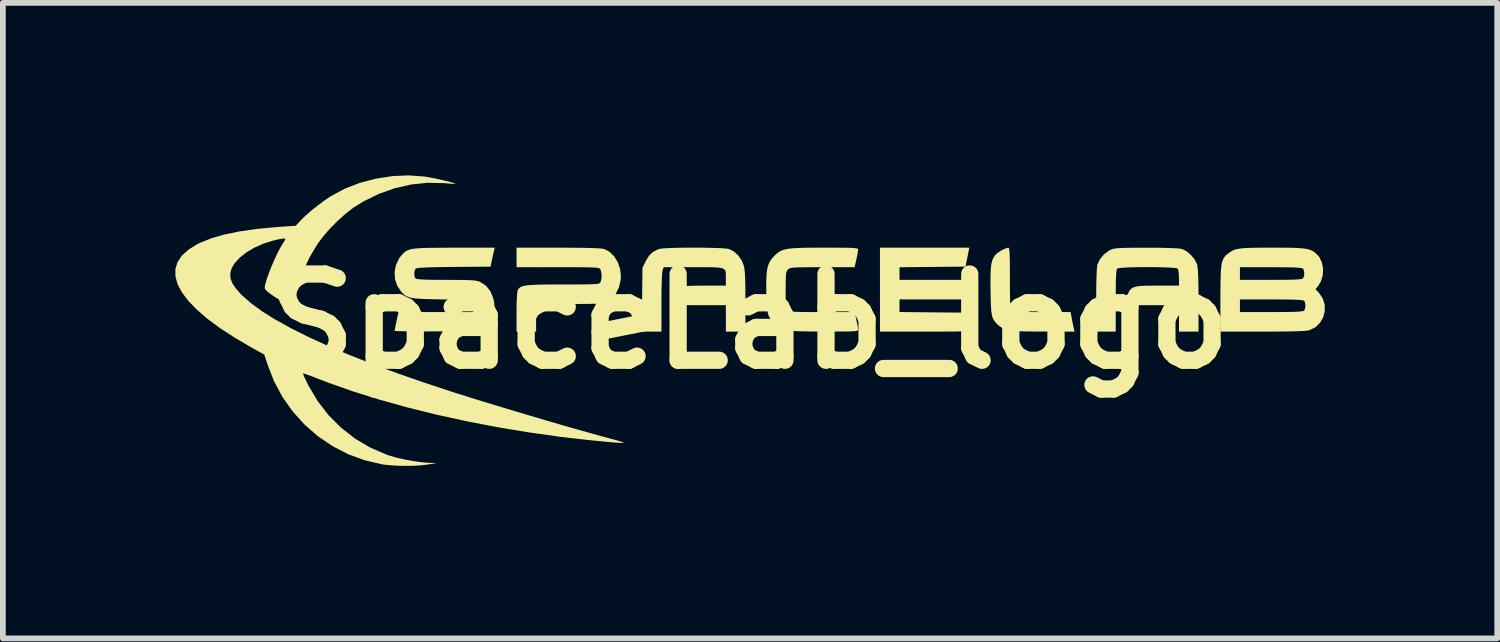
<source format=kicad_pcb>
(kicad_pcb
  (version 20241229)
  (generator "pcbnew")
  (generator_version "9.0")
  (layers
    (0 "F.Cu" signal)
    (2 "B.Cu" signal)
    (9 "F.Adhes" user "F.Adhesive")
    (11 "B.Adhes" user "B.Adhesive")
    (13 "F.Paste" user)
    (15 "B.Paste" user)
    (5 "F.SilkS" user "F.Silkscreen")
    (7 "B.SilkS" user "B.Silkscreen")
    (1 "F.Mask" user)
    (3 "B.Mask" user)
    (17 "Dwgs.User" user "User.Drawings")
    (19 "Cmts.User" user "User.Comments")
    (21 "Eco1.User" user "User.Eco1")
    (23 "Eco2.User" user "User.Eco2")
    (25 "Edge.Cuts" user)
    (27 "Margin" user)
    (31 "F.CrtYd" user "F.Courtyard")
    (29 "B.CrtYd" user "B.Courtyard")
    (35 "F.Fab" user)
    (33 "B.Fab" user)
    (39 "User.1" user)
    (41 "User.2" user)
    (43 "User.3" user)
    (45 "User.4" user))
  (footprint "SpaceLab_logo"
    (layer "F.Cu")
    (at 9.993 2.537)
    (property "Reference" "SpaceLab_logo" (at 0 0 0) (layer "F.SilkS") (effects (font (size 1.5 1.5) (thickness 0.3))))
    (attr board_only exclude_from_pos_files exclude_from_bom)
    (fp_poly (pts (xy 3.781 -1.115) (xy 3.748 -0.95) (xy 3.174 -0.945) (xy 2.6 -0.939) (xy 2.6 -0.83) (xy 2.6 -0.72) (xy 3.17 -0.72) (xy 3.74 -0.72) (xy 3.74 -0.55) (xy 3.74 -0.38) (xy 3.17 -0.38) (xy 2.6 -0.38) (xy 2.6 -0.27) (xy 2.6 -0.161) (xy 3.175 -0.155) (xy 3.75 -0.15) (xy 3.774 -0.02) (xy 3.787 0.053) (xy 3.796 0.113) (xy 3.799 0.145) (xy 3.797 0.154) (xy 3.789 0.161) (xy 3.77 0.167) (xy 3.737 0.171) (xy 3.686 0.175) (xy 3.614 0.177) (xy 3.516 0.179) (xy 3.39 0.179) (xy 3.231 0.18) (xy 3.037 0.18) (xy 3.03 0.18) (xy 2.26 0.18) (xy 2.26 -0.55) (xy 2.26 -1.28) (xy 3.037 -1.28) (xy 3.814 -1.28)) (stroke (width 0) (type solid)) (fill yes) (layer "F.SilkS"))
    (fp_poly (pts (xy 4.503 -1.271) (xy 4.509 -1.242) (xy 4.514 -1.19) (xy 4.517 -1.11) (xy 4.519 -1) (xy 4.52 -0.855) (xy 4.52 -0.76) (xy 4.52 -0.602) (xy 4.521 -0.479) (xy 4.522 -0.386) (xy 4.525 -0.319) (xy 4.529 -0.272) (xy 4.536 -0.24) (xy 4.544 -0.22) (xy 4.555 -0.205) (xy 4.56 -0.2) (xy 4.575 -0.187) (xy 4.593 -0.178) (xy 4.621 -0.171) (xy 4.664 -0.166) (xy 4.726 -0.163) (xy 4.812 -0.161) (xy 4.928 -0.16) (xy 5.079 -0.16) (xy 5.087 -0.16) (xy 5.575 -0.16) (xy 5.599 -0.035) (xy 5.613 0.039) (xy 5.626 0.102) (xy 5.634 0.135) (xy 5.644 0.18) (xy 5.087 0.179) (xy 4.906 0.178) (xy 4.762 0.176) (xy 4.649 0.173) (xy 4.564 0.168) (xy 4.503 0.162) (xy 4.462 0.154) (xy 4.453 0.151) (xy 4.385 0.117) (xy 4.321 0.071) (xy 4.316 0.067) (xy 4.276 0.027) (xy 4.246 -0.01) (xy 4.223 -0.052) (xy 4.208 -0.103) (xy 4.197 -0.171) (xy 4.19 -0.26) (xy 4.186 -0.378) (xy 4.183 -0.522) (xy 4.182 -0.686) (xy 4.183 -0.816) (xy 4.188 -0.917) (xy 4.197 -0.995) (xy 4.212 -1.055) (xy 4.232 -1.103) (xy 4.259 -1.144) (xy 4.263 -1.15) (xy 4.308 -1.191) (xy 4.371 -1.232) (xy 4.437 -1.264) (xy 4.491 -1.279) (xy 4.495 -1.28)) (stroke (width 0) (type solid)) (fill yes) (layer "F.SilkS"))
    (fp_poly (pts (xy -3.11 -1.279) (xy -2.921 -1.277) (xy -2.77 -1.274) (xy -2.657 -1.27) (xy -2.579 -1.264) (xy -2.537 -1.257) (xy -2.444 -1.209) (xy -2.364 -1.131) (xy -2.301 -1.029) (xy -2.26 -0.912) (xy -2.245 -0.787) (xy -2.248 -0.725) (xy -2.278 -0.593) (xy -2.334 -0.478) (xy -2.41 -0.389) (xy -2.488 -0.338) (xy -2.515 -0.327) (xy -2.547 -0.319) (xy -2.588 -0.312) (xy -2.643 -0.307) (xy -2.717 -0.304) (xy -2.815 -0.302) (xy -2.941 -0.301) (xy -3.102 -0.3) (xy -3.145 -0.3) (xy -3.72 -0.3) (xy -3.72 -0.06) (xy -3.72 0.18) (xy -3.89 0.18) (xy -4.06 0.18) (xy -4.06 -0.161) (xy -4.059 -0.294) (xy -4.055 -0.403) (xy -4.049 -0.485) (xy -4.042 -0.534) (xy -4.038 -0.543) (xy -4.022 -0.568) (xy -4 -0.589) (xy -3.968 -0.605) (xy -3.923 -0.618) (xy -3.86 -0.627) (xy -3.775 -0.633) (xy -3.664 -0.637) (xy -3.523 -0.639) (xy -3.348 -0.64) (xy -3.251 -0.64) (xy -3.076 -0.64) (xy -2.936 -0.641) (xy -2.828 -0.642) (xy -2.747 -0.644) (xy -2.689 -0.647) (xy -2.65 -0.651) (xy -2.625 -0.657) (xy -2.611 -0.665) (xy -2.603 -0.675) (xy -2.601 -0.679) (xy -2.587 -0.725) (xy -2.58 -0.785) (xy -2.58 -0.79) (xy -2.586 -0.85) (xy -2.599 -0.899) (xy -2.601 -0.901) (xy -2.608 -0.911) (xy -2.619 -0.92) (xy -2.639 -0.926) (xy -2.672 -0.931) (xy -2.72 -0.935) (xy -2.79 -0.937) (xy -2.883 -0.939) (xy -3.005 -0.94) (xy -3.159 -0.94) (xy -3.341 -0.94) (xy -4.06 -0.94) (xy -4.06 -1.11) (xy -4.06 -1.28) (xy -3.337 -1.28)) (stroke (width 0) (type solid)) (fill yes) (layer "F.SilkS"))
    (fp_poly (pts (xy -0.825 -1.28) (xy -0.692 -1.277) (xy -0.572 -1.274) (xy -0.473 -1.269) (xy -0.402 -1.263) (xy -0.37 -1.258) (xy -0.282 -1.215) (xy -0.202 -1.142) (xy -0.139 -1.048) (xy -0.111 -0.976) (xy -0.101 -0.934) (xy -0.093 -0.88) (xy -0.087 -0.808) (xy -0.084 -0.714) (xy -0.081 -0.593) (xy -0.08 -0.439) (xy -0.08 -0.346) (xy -0.08 0.18) (xy -0.25 0.18) (xy -0.42 0.18) (xy -0.42 -0.05) (xy -0.42 -0.28) (xy -0.902 -0.28) (xy -1.059 -0.28) (xy -1.18 -0.282) (xy -1.268 -0.284) (xy -1.328 -0.288) (xy -1.362 -0.294) (xy -1.375 -0.301) (xy -1.375 -0.305) (xy -1.364 -0.337) (xy -1.344 -0.392) (xy -1.328 -0.438) (xy -1.306 -0.496) (xy -1.282 -0.54) (xy -1.25 -0.572) (xy -1.206 -0.594) (xy -1.143 -0.608) (xy -1.056 -0.616) (xy -0.94 -0.619) (xy -0.795 -0.62) (xy -0.42 -0.62) (xy -0.42 -0.741) (xy -0.42 -0.8) (xy -0.421 -0.845) (xy -0.429 -0.88) (xy -0.448 -0.905) (xy -0.481 -0.922) (xy -0.535 -0.932) (xy -0.611 -0.938) (xy -0.716 -0.94) (xy -0.853 -0.94) (xy -0.981 -0.94) (xy -1.501 -0.94) (xy -1.52 -0.889) (xy -1.526 -0.855) (xy -1.531 -0.787) (xy -1.535 -0.691) (xy -1.538 -0.573) (xy -1.54 -0.438) (xy -1.54 -0.329) (xy -1.54 0.18) (xy -1.712 0.18) (xy -1.883 0.18) (xy -1.877 -0.375) (xy -1.87 -0.93) (xy -1.814 -1.045) (xy -1.756 -1.141) (xy -1.687 -1.206) (xy -1.597 -1.252) (xy -1.582 -1.257) (xy -1.54 -1.264) (xy -1.465 -1.27) (xy -1.363 -1.275) (xy -1.241 -1.278) (xy -1.107 -1.28) (xy -0.966 -1.28)) (stroke (width 0) (type solid)) (fill yes) (layer "F.SilkS"))
    (fp_poly (pts (xy 7.066 -1.279) (xy 7.218 -1.276) (xy 7.344 -1.272) (xy 7.439 -1.267) (xy 7.498 -1.26) (xy 7.51 -1.258) (xy 7.589 -1.22) (xy 7.666 -1.155) (xy 7.732 -1.075) (xy 7.774 -0.992) (xy 7.776 -0.987) (xy 7.784 -0.937) (xy 7.791 -0.852) (xy 7.796 -0.732) (xy 7.799 -0.574) (xy 7.8 -0.377) (xy 7.8 -0.363) (xy 7.8 0.18) (xy 7.63 0.18) (xy 7.46 0.18) (xy 7.46 -0.05) (xy 7.46 -0.28) (xy 6.981 -0.28) (xy 6.503 -0.28) (xy 6.542 -0.395) (xy 6.568 -0.466) (xy 6.593 -0.521) (xy 6.623 -0.56) (xy 6.664 -0.588) (xy 6.721 -0.605) (xy 6.8 -0.615) (xy 6.907 -0.619) (xy 7.046 -0.62) (xy 7.089 -0.62) (xy 7.46 -0.62) (xy 7.46 -0.756) (xy 7.456 -0.834) (xy 7.447 -0.891) (xy 7.436 -0.916) (xy 7.409 -0.924) (xy 7.348 -0.93) (xy 7.261 -0.935) (xy 7.153 -0.939) (xy 7.033 -0.941) (xy 6.906 -0.942) (xy 6.779 -0.941) (xy 6.66 -0.939) (xy 6.553 -0.935) (xy 6.468 -0.93) (xy 6.409 -0.923) (xy 6.384 -0.916) (xy 6.376 -0.895) (xy 6.37 -0.849) (xy 6.365 -0.775) (xy 6.362 -0.669) (xy 6.361 -0.528) (xy 6.36 -0.356) (xy 6.36 0.18) (xy 6.19 0.18) (xy 6.02 0.18) (xy 6.02 -0.365) (xy 6.021 -0.527) (xy 6.023 -0.673) (xy 6.027 -0.798) (xy 6.031 -0.895) (xy 6.037 -0.962) (xy 6.041 -0.986) (xy 6.083 -1.075) (xy 6.153 -1.16) (xy 6.239 -1.226) (xy 6.27 -1.243) (xy 6.298 -1.254) (xy 6.331 -1.262) (xy 6.374 -1.269) (xy 6.432 -1.273) (xy 6.511 -1.276) (xy 6.615 -1.278) (xy 6.75 -1.279) (xy 6.89 -1.279)) (stroke (width 0) (type solid)) (fill yes) (layer "F.SilkS"))
    (fp_poly (pts (xy 1.462 -1.28) (xy 1.595 -1.279) (xy 1.697 -1.278) (xy 1.771 -1.276) (xy 1.822 -1.272) (xy 1.854 -1.267) (xy 1.872 -1.261) (xy 1.879 -1.252) (xy 1.88 -1.245) (xy 1.876 -1.21) (xy 1.866 -1.153) (xy 1.848 -1.066) (xy 1.829 -0.985) (xy 1.819 -0.94) (xy 1.26 -0.94) (xy 1.095 -0.94) (xy 0.966 -0.939) (xy 0.867 -0.938) (xy 0.794 -0.935) (xy 0.743 -0.932) (xy 0.708 -0.926) (xy 0.685 -0.918) (xy 0.669 -0.908) (xy 0.66 -0.9) (xy 0.645 -0.882) (xy 0.634 -0.858) (xy 0.627 -0.821) (xy 0.623 -0.766) (xy 0.621 -0.685) (xy 0.62 -0.572) (xy 0.62 -0.55) (xy 0.62 -0.431) (xy 0.622 -0.345) (xy 0.626 -0.286) (xy 0.632 -0.247) (xy 0.643 -0.222) (xy 0.657 -0.203) (xy 0.66 -0.2) (xy 0.674 -0.188) (xy 0.691 -0.179) (xy 0.717 -0.172) (xy 0.756 -0.167) (xy 0.814 -0.164) (xy 0.894 -0.162) (xy 1.001 -0.16) (xy 1.141 -0.16) (xy 1.26 -0.16) (xy 1.819 -0.16) (xy 1.829 -0.115) (xy 1.854 -0.005) (xy 1.87 0.073) (xy 1.878 0.123) (xy 1.88 0.145) (xy 1.877 0.155) (xy 1.868 0.163) (xy 1.847 0.169) (xy 1.81 0.173) (xy 1.753 0.176) (xy 1.671 0.178) (xy 1.562 0.179) (xy 1.42 0.179) (xy 1.285 0.179) (xy 1.098 0.178) (xy 0.946 0.176) (xy 0.827 0.173) (xy 0.735 0.168) (xy 0.667 0.162) (xy 0.619 0.154) (xy 0.598 0.149) (xy 0.505 0.103) (xy 0.416 0.031) (xy 0.346 -0.056) (xy 0.324 -0.098) (xy 0.31 -0.141) (xy 0.3 -0.205) (xy 0.292 -0.294) (xy 0.286 -0.415) (xy 0.284 -0.503) (xy 0.282 -0.664) (xy 0.286 -0.792) (xy 0.296 -0.892) (xy 0.315 -0.972) (xy 0.343 -1.037) (xy 0.383 -1.094) (xy 0.422 -1.137) (xy 0.462 -1.175) (xy 0.501 -1.205) (xy 0.546 -1.229) (xy 0.599 -1.247) (xy 0.666 -1.261) (xy 0.752 -1.27) (xy 0.86 -1.275) (xy 0.997 -1.279) (xy 1.165 -1.28) (xy 1.294 -1.28)) (stroke (width 0) (type solid)) (fill yes) (layer "F.SilkS"))
    (fp_poly (pts (xy -4.45 -1.235) (xy -4.46 -1.191) (xy -4.475 -1.125) (xy -4.487 -1.07) (xy -4.513 -0.95) (xy -5.15 -0.945) (xy -5.358 -0.942) (xy -5.526 -0.939) (xy -5.656 -0.934) (xy -5.746 -0.929) (xy -5.799 -0.922) (xy -5.813 -0.917) (xy -5.833 -0.879) (xy -5.839 -0.824) (xy -5.831 -0.77) (xy -5.816 -0.744) (xy -5.795 -0.736) (xy -5.747 -0.73) (xy -5.671 -0.725) (xy -5.563 -0.722) (xy -5.419 -0.72) (xy -5.281 -0.72) (xy -5.121 -0.719) (xy -4.997 -0.718) (xy -4.901 -0.716) (xy -4.83 -0.712) (xy -4.777 -0.707) (xy -4.737 -0.699) (xy -4.706 -0.69) (xy -4.689 -0.682) (xy -4.589 -0.616) (xy -4.514 -0.519) (xy -4.467 -0.404) (xy -4.448 -0.326) (xy -4.445 -0.261) (xy -4.455 -0.187) (xy -4.457 -0.18) (xy -4.499 -0.057) (xy -4.567 0.046) (xy -4.655 0.12) (xy -4.67 0.128) (xy -4.693 0.139) (xy -4.718 0.148) (xy -4.749 0.155) (xy -4.79 0.161) (xy -4.847 0.165) (xy -4.923 0.168) (xy -5.022 0.171) (xy -5.15 0.173) (xy -5.309 0.174) (xy -5.465 0.176) (xy -5.63 0.177) (xy -5.781 0.177) (xy -5.914 0.176) (xy -6.025 0.174) (xy -6.11 0.172) (xy -6.163 0.169) (xy -6.18 0.166) (xy -6.176 0.141) (xy -6.166 0.087) (xy -6.151 0.014) (xy -6.147 -0.005) (xy -6.113 -0.16) (xy -5.466 -0.16) (xy -4.819 -0.16) (xy -4.796 -0.211) (xy -4.784 -0.281) (xy -4.792 -0.316) (xy -4.811 -0.37) (xy -5.35 -0.38) (xy -5.521 -0.383) (xy -5.657 -0.387) (xy -5.762 -0.392) (xy -5.843 -0.399) (xy -5.905 -0.41) (xy -5.951 -0.425) (xy -5.988 -0.444) (xy -6.021 -0.47) (xy -6.054 -0.503) (xy -6.064 -0.513) (xy -6.134 -0.614) (xy -6.173 -0.732) (xy -6.181 -0.857) (xy -6.157 -0.981) (xy -6.101 -1.095) (xy -6.077 -1.128) (xy -6.045 -1.165) (xy -6.014 -1.196) (xy -5.981 -1.221) (xy -5.94 -1.24) (xy -5.889 -1.255) (xy -5.822 -1.265) (xy -5.735 -1.272) (xy -5.624 -1.276) (xy -5.486 -1.278) (xy -5.315 -1.279) (xy -5.145 -1.28) (xy -4.439 -1.28)) (stroke (width 0) (type solid)) (fill yes) (layer "F.SilkS"))
    (fp_poly (pts (xy 9.257 -1.28) (xy 9.399 -1.278) (xy 9.511 -1.275) (xy 9.599 -1.269) (xy 9.666 -1.261) (xy 9.719 -1.249) (xy 9.761 -1.233) (xy 9.799 -1.213) (xy 9.825 -1.195) (xy 9.897 -1.123) (xy 9.944 -1.027) (xy 9.966 -0.918) (xy 9.961 -0.804) (xy 9.929 -0.696) (xy 9.887 -0.624) (xy 9.835 -0.557) (xy 9.895 -0.493) (xy 9.961 -0.397) (xy 9.994 -0.29) (xy 9.996 -0.179) (xy 9.968 -0.071) (xy 9.914 0.025) (xy 9.834 0.103) (xy 9.732 0.154) (xy 9.726 0.156) (xy 9.686 0.163) (xy 9.617 0.169) (xy 9.518 0.173) (xy 9.385 0.177) (xy 9.218 0.179) (xy 9.014 0.18) (xy 8.913 0.18) (xy 8.18 0.18) (xy 8.18 -0.38) (xy 8.52 -0.38) (xy 8.52 -0.27) (xy 8.52 -0.16) (xy 9.066 -0.16) (xy 9.244 -0.161) (xy 9.385 -0.162) (xy 9.492 -0.165) (xy 9.567 -0.17) (xy 9.614 -0.176) (xy 9.636 -0.184) (xy 9.636 -0.184) (xy 9.655 -0.225) (xy 9.659 -0.283) (xy 9.648 -0.336) (xy 9.636 -0.356) (xy 9.616 -0.364) (xy 9.57 -0.37) (xy 9.496 -0.374) (xy 9.39 -0.378) (xy 9.251 -0.379) (xy 9.075 -0.38) (xy 9.066 -0.38) (xy 8.52 -0.38) (xy 8.18 -0.38) (xy 8.18 -0.395) (xy 8.181 -0.58) (xy 8.183 -0.729) (xy 8.187 -0.848) (xy 8.194 -0.94) (xy 8.52 -0.94) (xy 8.52 -0.83) (xy 8.52 -0.72) (xy 9.056 -0.72) (xy 9.232 -0.721) (xy 9.372 -0.722) (xy 9.477 -0.725) (xy 9.551 -0.73) (xy 9.596 -0.736) (xy 9.616 -0.744) (xy 9.635 -0.785) (xy 9.639 -0.843) (xy 9.628 -0.896) (xy 9.616 -0.916) (xy 9.595 -0.924) (xy 9.549 -0.93) (xy 9.475 -0.935) (xy 9.369 -0.938) (xy 9.228 -0.939) (xy 9.056 -0.94) (xy 8.52 -0.94) (xy 8.194 -0.94) (xy 8.194 -0.94) (xy 8.205 -1.011) (xy 8.221 -1.065) (xy 8.242 -1.106) (xy 8.269 -1.14) (xy 8.304 -1.17) (xy 8.323 -1.185) (xy 8.361 -1.211) (xy 8.4 -1.233) (xy 8.443 -1.249) (xy 8.496 -1.261) (xy 8.565 -1.27) (xy 8.654 -1.275) (xy 8.767 -1.278) (xy 8.911 -1.28) (xy 9.08 -1.28)) (stroke (width 0) (type solid)) (fill yes) (layer "F.SilkS"))
    (fp_poly (pts (xy -5.66 -2.517) (xy -5.63 -2.512) (xy -5.554 -2.499) (xy -5.466 -2.482) (xy -5.374 -2.461) (xy -5.286 -2.44) (xy -5.21 -2.421) (xy -5.154 -2.404) (xy -5.126 -2.393) (xy -5.124 -2.39) (xy -5.145 -2.389) (xy -5.197 -2.392) (xy -5.271 -2.398) (xy -5.32 -2.402) (xy -5.602 -2.409) (xy -5.89 -2.379) (xy -6.176 -2.314) (xy -6.456 -2.215) (xy -6.723 -2.084) (xy -6.895 -1.977) (xy -7.029 -1.874) (xy -7.17 -1.747) (xy -7.309 -1.607) (xy -7.433 -1.463) (xy -7.525 -1.338) (xy -7.648 -1.132) (xy -7.753 -0.916) (xy -7.835 -0.699) (xy -7.891 -0.49) (xy -7.911 -0.362) (xy -7.921 -0.298) (xy -7.932 -0.254) (xy -7.942 -0.24) (xy -7.968 -0.25) (xy -8.02 -0.277) (xy -8.09 -0.317) (xy -8.171 -0.365) (xy -8.253 -0.417) (xy -8.325 -0.464) (xy -8.398 -0.52) (xy -8.435 -0.563) (xy -8.44 -0.583) (xy -8.431 -0.64) (xy -8.407 -0.724) (xy -8.371 -0.828) (xy -8.326 -0.942) (xy -8.276 -1.06) (xy -8.224 -1.172) (xy -8.173 -1.271) (xy -8.127 -1.349) (xy -8.118 -1.363) (xy -8.092 -1.403) (xy -8.08 -1.427) (xy -8.08 -1.428) (xy -8.095 -1.439) (xy -8.142 -1.436) (xy -8.222 -1.42) (xy -8.309 -1.399) (xy -8.474 -1.345) (xy -8.627 -1.276) (xy -8.762 -1.195) (xy -8.875 -1.105) (xy -8.962 -1.011) (xy -9.018 -0.915) (xy -9.04 -0.82) (xy -9.04 -0.814) (xy -9.031 -0.735) (xy -9 -0.657) (xy -8.944 -0.574) (xy -8.86 -0.478) (xy -8.831 -0.449) (xy -8.678 -0.314) (xy -8.486 -0.174) (xy -8.256 -0.03) (xy -7.989 0.118) (xy -7.685 0.27) (xy -7.346 0.426) (xy -6.972 0.584) (xy -6.564 0.745) (xy -6.123 0.908) (xy -5.65 1.072) (xy -5.145 1.239) (xy -5.09 1.256) (xy -4.871 1.325) (xy -4.629 1.4) (xy -4.368 1.479) (xy -4.096 1.561) (xy -3.818 1.644) (xy -3.54 1.726) (xy -3.27 1.805) (xy -3.011 1.879) (xy -2.772 1.946) (xy -2.558 2.006) (xy -2.375 2.055) (xy -2.352 2.061) (xy -2.277 2.082) (xy -2.223 2.1) (xy -2.196 2.112) (xy -2.196 2.115) (xy -2.225 2.116) (xy -2.289 2.113) (xy -2.382 2.106) (xy -2.498 2.096) (xy -2.634 2.083) (xy -2.782 2.068) (xy -2.939 2.051) (xy -3.098 2.033) (xy -3.255 2.014) (xy -3.31 2.008) (xy -3.855 1.931) (xy -4.399 1.841) (xy -4.936 1.737) (xy -5.461 1.622) (xy -5.968 1.496) (xy -6.454 1.36) (xy -6.912 1.217) (xy -7.339 1.066) (xy -7.517 0.997) (xy -7.609 0.961) (xy -7.687 0.933) (xy -7.743 0.914) (xy -7.772 0.906) (xy -7.773 0.907) (xy -7.768 0.927) (xy -7.748 0.975) (xy -7.715 1.044) (xy -7.676 1.123) (xy -7.517 1.39) (xy -7.329 1.634) (xy -7.112 1.85) (xy -6.872 2.038) (xy -6.609 2.194) (xy -6.328 2.317) (xy -6.259 2.34) (xy -6.129 2.377) (xy -5.976 2.41) (xy -5.817 2.437) (xy -5.666 2.456) (xy -5.557 2.463) (xy -5.45 2.465) (xy -5.6 2.491) (xy -5.724 2.506) (xy -5.874 2.514) (xy -6.035 2.515) (xy -6.195 2.509) (xy -6.34 2.496) (xy -6.398 2.488) (xy -6.701 2.417) (xy -6.99 2.311) (xy -7.262 2.17) (xy -7.515 1.999) (xy -7.745 1.799) (xy -7.95 1.572) (xy -8.128 1.321) (xy -8.275 1.048) (xy -8.382 0.775) (xy -8.447 0.58) (xy -8.668 0.457) (xy -8.96 0.286) (xy -9.216 0.12) (xy -9.436 -0.043) (xy -9.62 -0.202) (xy -9.768 -0.355) (xy -9.88 -0.503) (xy -9.955 -0.645) (xy -9.992 -0.78) (xy -9.993 -0.909) (xy -9.956 -1.029) (xy -9.881 -1.141) (xy -9.767 -1.244) (xy -9.616 -1.339) (xy -9.563 -1.365) (xy -9.371 -1.442) (xy -9.144 -1.508) (xy -8.881 -1.562) (xy -8.583 -1.605) (xy -8.246 -1.637) (xy -8.205 -1.64) (xy -7.901 -1.661) (xy -7.805 -1.763) (xy -7.73 -1.837) (xy -7.631 -1.923) (xy -7.519 -2.012) (xy -7.405 -2.097) (xy -7.3 -2.169) (xy -7.29 -2.175) (xy -7.051 -2.304) (xy -6.788 -2.406) (xy -6.509 -2.479) (xy -6.223 -2.524) (xy -5.938 -2.537)) (stroke (width 0) (type solid)) (fill yes) (layer "F.SilkS")))
  (gr_rect
    (start -3 -3)
    (end 22.988 8.052)
    (stroke (width 0.1) (type default))
    (fill no)
    (layer "Edge.Cuts")))
</source>
